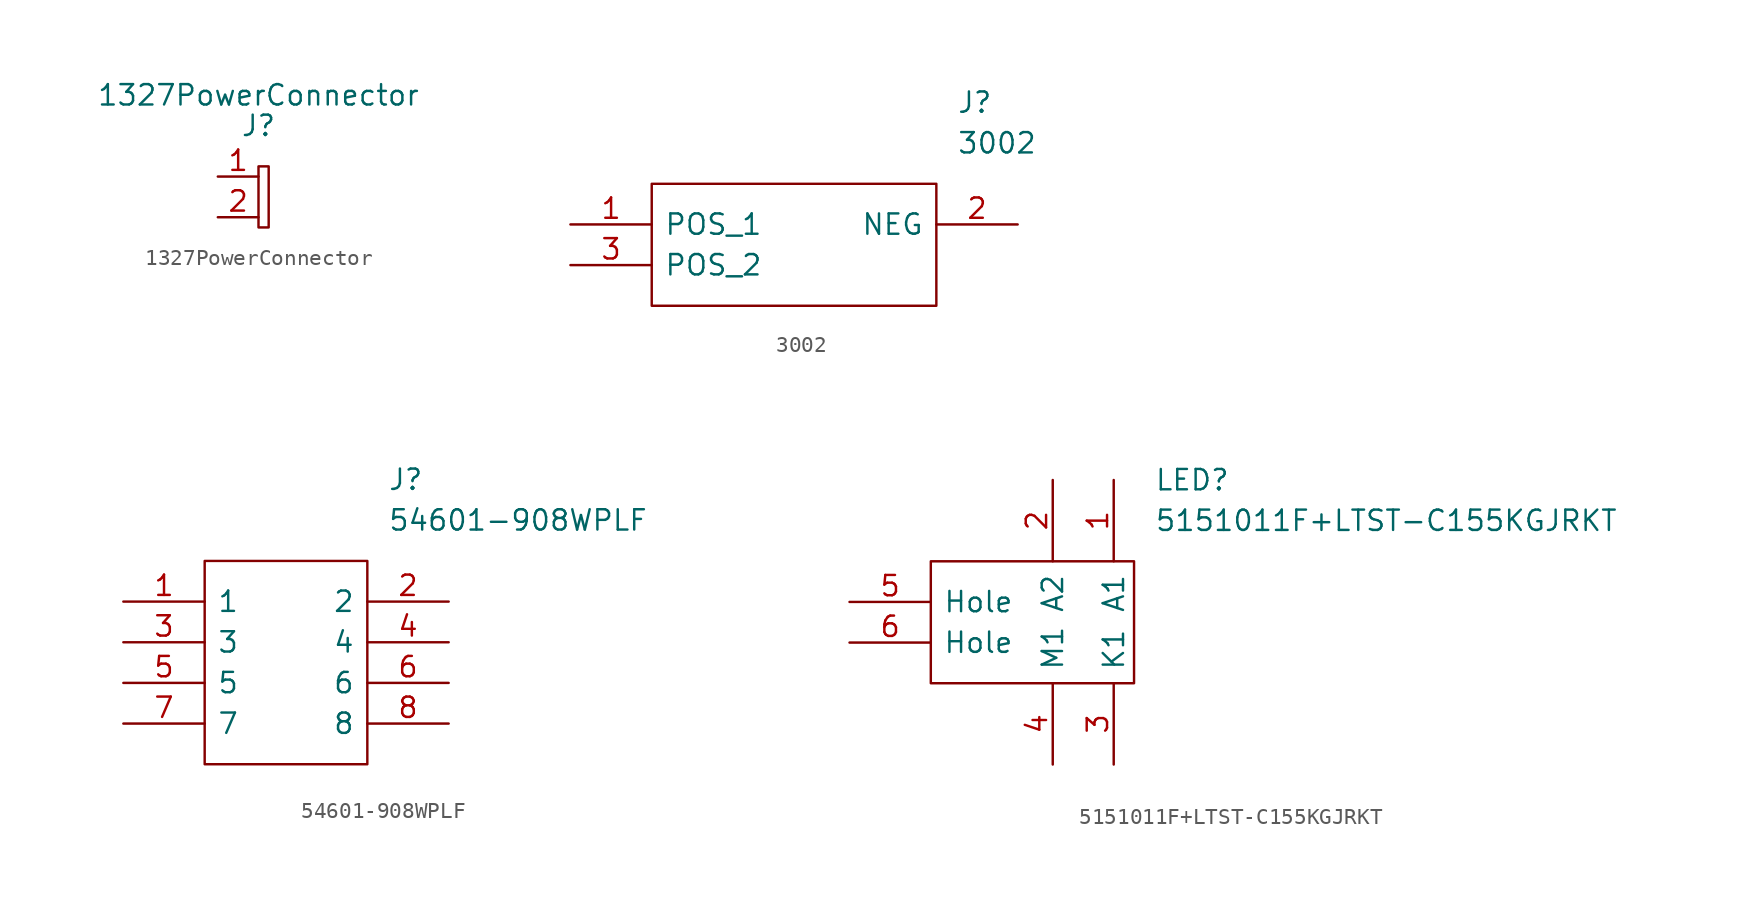
<source format=kicad_sym>
(kicad_symbol_lib
  (version 20220914)
  (generator kicad_symbol_editor)
  (symbol "1327PowerConnector"
    (pin_names
      (offset 1.016))
    (property "Reference" "J"
      (at 0 4.445 0)
      (effects (font (size 1.27 1.27))))
    (property "Value" "1327PowerConnector"
      (at 0 6.35 0)
      (effects (font (size 1.27 1.27))))
    (symbol "1327PowerConnector_0_1"
      (rectangle (start 0 1.905) (end 0.635 -1.905) (stroke (width 0) (type default)) (fill (type none))))
    (symbol "1327PowerConnector_1_1"
      (pin input line (at -2.54 1.27 0) (length 2.54) (name "~" (effects (font (size 1.27 1.27)))) (number "1" (effects (font (size 1.27 1.27)))))
      (pin input line (at -2.54 -1.27 0) (length 2.54) (name "~" (effects (font (size 1.27 1.27)))) (number "2" (effects (font (size 1.27 1.27)))))))
  (symbol "3002"
    (pin_names
      (offset 0.762))
    (property "Reference" "J"
      (at 24.13 7.62 0)
      (effects (font (size 1.27 1.27)) (justify left)))
    (property "Value" "3002"
      (at 24.13 5.08 0)
      (effects (font (size 1.27 1.27)) (justify left)))
    (symbol "3002_0_0"
      (pin power_in line (at 0 0 0) (length 5.08) (name "POS_1" (effects (font (size 1.27 1.27)))) (number "1" (effects (font (size 1.27 1.27)))))
      (pin passive line (at 27.94 0 180) (length 5.08) (name "NEG" (effects (font (size 1.27 1.27)))) (number "2" (effects (font (size 1.27 1.27)))))
      (pin power_in line (at 0 -2.54 0) (length 5.08) (name "POS_2" (effects (font (size 1.27 1.27)))) (number "3" (effects (font (size 1.27 1.27))))))
    (symbol "3002_0_1"
      (polyline (pts (xy 5.08 2.54) (xy 22.86 2.54) (xy 22.86 -5.08) (xy 5.08 -5.08) (xy 5.08 2.54)) (stroke (width 0.152) (type default)) (fill (type none)))))
  (symbol "54601-908WPLF"
    (pin_names
      (offset 0.762))
    (property "Reference" "J"
      (at 16.51 7.62 0)
      (effects (font (size 1.27 1.27)) (justify left)))
    (property "Value" "54601-908WPLF"
      (at 16.51 5.08 0)
      (effects (font (size 1.27 1.27)) (justify left)))
    (symbol "54601-908WPLF_0_0"
      (pin passive line (at 0 0 0) (length 5.08) (name "1" (effects (font (size 1.27 1.27)))) (number "1" (effects (font (size 1.27 1.27)))))
      (pin passive line (at 20.32 0 180) (length 5.08) (name "2" (effects (font (size 1.27 1.27)))) (number "2" (effects (font (size 1.27 1.27)))))
      (pin passive line (at 0 -2.54 0) (length 5.08) (name "3" (effects (font (size 1.27 1.27)))) (number "3" (effects (font (size 1.27 1.27)))))
      (pin passive line (at 20.32 -2.54 180) (length 5.08) (name "4" (effects (font (size 1.27 1.27)))) (number "4" (effects (font (size 1.27 1.27)))))
      (pin passive line (at 0 -5.08 0) (length 5.08) (name "5" (effects (font (size 1.27 1.27)))) (number "5" (effects (font (size 1.27 1.27)))))
      (pin passive line (at 20.32 -5.08 180) (length 5.08) (name "6" (effects (font (size 1.27 1.27)))) (number "6" (effects (font (size 1.27 1.27)))))
      (pin passive line (at 0 -7.62 0) (length 5.08) (name "7" (effects (font (size 1.27 1.27)))) (number "7" (effects (font (size 1.27 1.27)))))
      (pin passive line (at 20.32 -7.62 180) (length 5.08) (name "8" (effects (font (size 1.27 1.27)))) (number "8" (effects (font (size 1.27 1.27))))))
    (symbol "54601-908WPLF_0_1"
      (polyline (pts (xy 5.08 2.54) (xy 15.24 2.54) (xy 15.24 -10.16) (xy 5.08 -10.16) (xy 5.08 2.54)) (stroke (width 0.152) (type default)) (fill (type none)))))
  (symbol "5151011F+LTST-C155KGJRKT"
    (pin_names
      (offset 0.762))
    (property "Reference" "LED"
      (at 19.05 7.62 0)
      (effects (font (size 1.27 1.27)) (justify left)))
    (property "Value" "5151011F+LTST-C155KGJRKT"
      (at 19.05 5.08 0)
      (effects (font (size 1.27 1.27)) (justify left)))
    (symbol "5151011F+LTST-C155KGJRKT_0_0"
      (pin passive line (at 16.51 7.62 270) (length 5.08) (name "A1" (effects (font (size 1.27 1.27)))) (number "1" (effects (font (size 1.27 1.27)))))
      (pin passive line (at 16.51 -10.16 90) (length 5.08) (name "K1" (effects (font (size 1.27 1.27)))) (number "3" (effects (font (size 1.27 1.27)))))
      (pin passive line (at 0 0 0) (length 5.08) (name "Hole" (effects (font (size 1.27 1.27)))) (number "5" (effects (font (size 1.27 1.27)))))
      (pin passive line (at 0 -2.54 0) (length 5.08) (name "Hole" (effects (font (size 1.27 1.27)))) (number "6" (effects (font (size 1.27 1.27))))))
    (symbol "5151011F+LTST-C155KGJRKT_0_1"
      (polyline (pts (xy 5.08 2.54) (xy 17.78 2.54) (xy 17.78 -5.08) (xy 5.08 -5.08) (xy 5.08 2.54)) (stroke (width 0.152) (type default)) (fill (type none))))
    (symbol "5151011F+LTST-C155KGJRKT_1_1"
      (pin passive line (at 12.7 7.62 270) (length 5.08) (name "A2" (effects (font (size 1.27 1.27)))) (number "2" (effects (font (size 1.27 1.27)))))
      (pin passive line (at 12.7 -10.16 90) (length 5.08) (name "M1" (effects (font (size 1.27 1.27)))) (number "4" (effects (font (size 1.27 1.27))))))))
</source>
